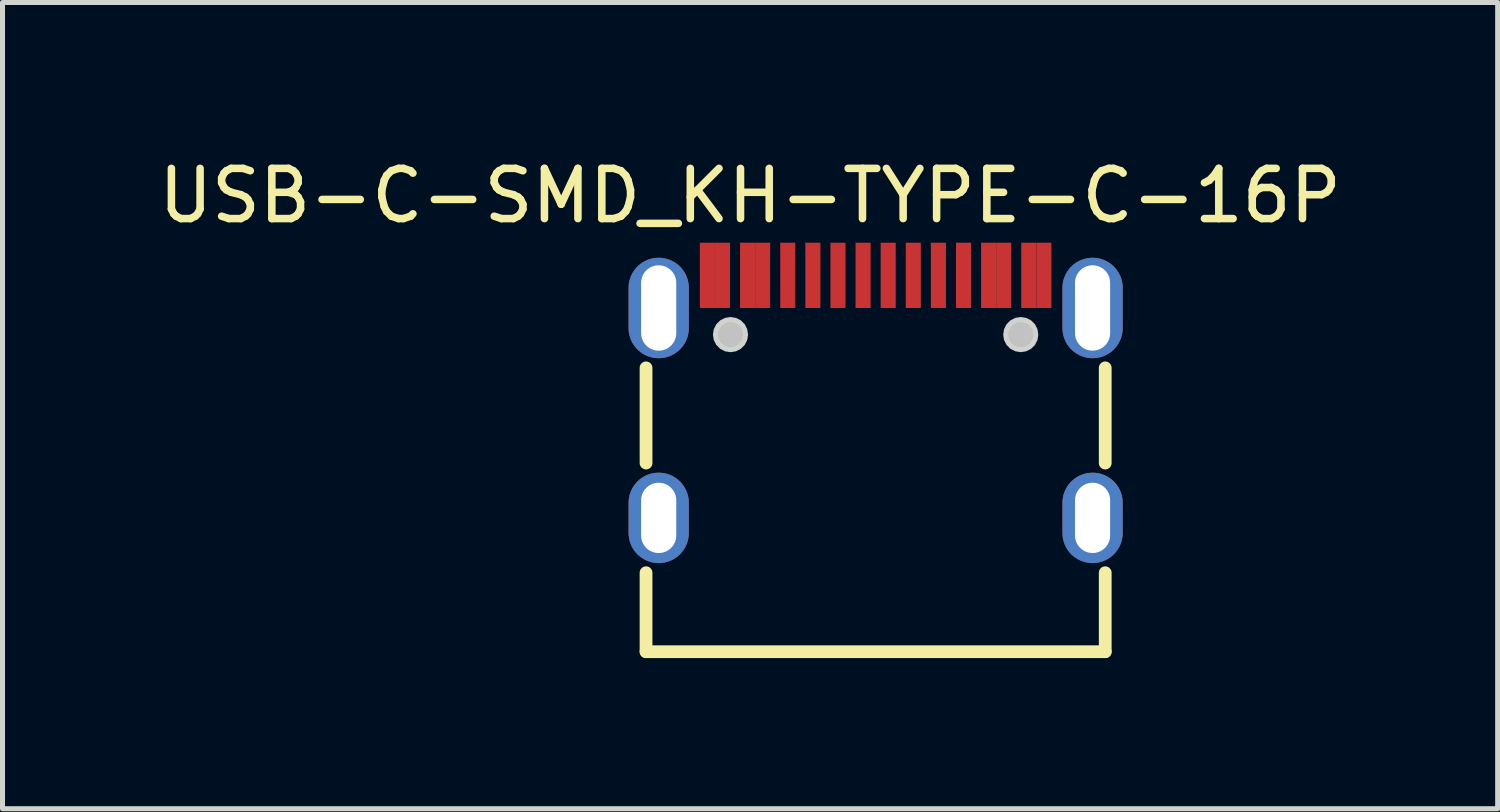
<source format=kicad_pcb>
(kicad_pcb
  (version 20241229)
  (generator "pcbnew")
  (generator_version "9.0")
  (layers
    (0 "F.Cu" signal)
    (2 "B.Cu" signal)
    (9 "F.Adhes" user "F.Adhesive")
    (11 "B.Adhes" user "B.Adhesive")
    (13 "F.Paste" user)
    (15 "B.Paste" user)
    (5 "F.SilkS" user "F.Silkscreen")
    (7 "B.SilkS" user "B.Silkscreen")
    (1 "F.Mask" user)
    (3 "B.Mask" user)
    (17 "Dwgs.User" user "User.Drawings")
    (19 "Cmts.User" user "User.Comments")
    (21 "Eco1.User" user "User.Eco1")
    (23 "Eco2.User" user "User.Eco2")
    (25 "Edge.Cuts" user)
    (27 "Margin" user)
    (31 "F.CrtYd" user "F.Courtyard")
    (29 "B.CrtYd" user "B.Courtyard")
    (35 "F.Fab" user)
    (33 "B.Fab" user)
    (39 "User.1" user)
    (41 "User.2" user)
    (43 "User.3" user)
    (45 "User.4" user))
  (footprint "USB-C-SMD_KH-TYPE-C-16P"
    (layer "F.Cu")
    (at 14.387 4.848)
    (property "Reference" "USB-C-SMD_KH-TYPE-C-16P" (at -2.5 -4 0) (layer "F.SilkS") (effects (font (size 1 1) (thickness 0.15))))
    (fp_line (start -4.572 -0.573) (end -4.572 1.323) (stroke (width 0.254) (type default)) (layer "F.SilkS"))
    (fp_line (start -4.572 3.507) (end -4.572 5.08) (stroke (width 0.254) (type default)) (layer "F.SilkS"))
    (fp_line (start -4.572 5.08) (end 4.572 5.08) (stroke (width 0.254) (type default)) (layer "F.SilkS"))
    (fp_line (start 4.572 1.323) (end 4.572 -0.573) (stroke (width 0.254) (type default)) (layer "F.SilkS"))
    (fp_line (start 4.572 5.08) (end 4.572 3.507) (stroke (width 0.254) (type default)) (layer "F.SilkS"))
    (fp_poly (pts (xy -1.6 -1.765) (xy -1.6 -3.065) (xy -1.9 -3.065) (xy -1.9 -1.765)) (stroke (width 0) (type default)) (fill yes) (layer "F.Paste"))
    (fp_poly (pts (xy -1.4 -3.065) (xy -1.4 -1.765) (xy -1.1 -1.765) (xy -1.1 -3.065)) (stroke (width 0) (type default)) (fill yes) (layer "F.Paste"))
    (fp_poly (pts (xy -0.6 -1.765) (xy -0.6 -3.065) (xy -0.9 -3.065) (xy -0.9 -1.765)) (stroke (width 0) (type default)) (fill yes) (layer "F.Paste"))
    (fp_poly (pts (xy -0.4 -3.065) (xy -0.4 -1.765) (xy -0.1 -1.765) (xy -0.1 -3.065)) (stroke (width 0) (type default)) (fill yes) (layer "F.Paste"))
    (fp_poly (pts (xy 0.4 -1.765) (xy 0.4 -3.065) (xy 0.1 -3.065) (xy 0.1 -1.765)) (stroke (width 0) (type default)) (fill yes) (layer "F.Paste"))
    (fp_poly (pts (xy 0.6 -3.065) (xy 0.6 -1.765) (xy 0.9 -1.765) (xy 0.9 -3.065)) (stroke (width 0) (type default)) (fill yes) (layer "F.Paste"))
    (fp_poly (pts (xy 1.399 -1.765) (xy 1.399 -3.065) (xy 1.099 -3.065) (xy 1.099 -1.765)) (stroke (width 0) (type default)) (fill yes) (layer "F.Paste"))
    (fp_poly (pts (xy 1.9 -1.765) (xy 1.9 -3.065) (xy 1.6 -3.065) (xy 1.6 -1.765)) (stroke (width 0) (type default)) (fill yes) (layer "F.Paste"))
    (fp_poly (pts (xy -3.5 -3.065) (xy -3.5 -1.765) (xy -3.2 -1.765) (xy -2.9 -1.765) (xy -2.9 -3.065) (xy -3.2 -3.065)) (stroke (width 0) (type default)) (fill yes) (layer "F.Paste"))
    (fp_poly (pts (xy -2.1 -1.765) (xy -2.1 -3.065) (xy -2.4 -3.065) (xy -2.7 -3.065) (xy -2.7 -1.765) (xy -2.4 -1.765)) (stroke (width 0) (type default)) (fill yes) (layer "F.Paste"))
    (fp_poly (pts (xy 2.7 -1.765) (xy 2.7 -3.065) (xy 2.4 -3.065) (xy 2.1 -3.065) (xy 2.1 -1.765) (xy 2.4 -1.765)) (stroke (width 0) (type default)) (fill yes) (layer "F.Paste"))
    (fp_poly (pts (xy 3.5 -1.765) (xy 3.5 -3.065) (xy 3.2 -3.065) (xy 2.9 -3.065) (xy 2.9 -1.765) (xy 3.2 -1.765)) (stroke (width 0) (type default)) (fill yes) (layer "F.Paste"))
    (fp_poly (pts (xy -4.275 -2.764) (xy -4.305 -2.765) (xy -4.335 -2.765) (xy -4.365 -2.764) (xy -4.394 -2.76) (xy -4.424 -2.756) (xy -4.454 -2.75) (xy -4.482 -2.743) (xy -4.511 -2.734) (xy -4.539 -2.724) (xy -4.567 -2.712) (xy -4.594 -2.699) (xy -4.62 -2.684) (xy -4.646 -2.669) (xy -4.67 -2.652) (xy -4.694 -2.634) (xy -4.717 -2.615) (xy -4.739 -2.595) (xy -4.76 -2.573) (xy -4.779 -2.55) (xy -4.798 -2.527) (xy -4.816 -2.503) (xy -4.832 -2.478) (xy -4.847 -2.452) (xy -4.861 -2.425) (xy -4.873 -2.398) (xy -4.884 -2.37) (xy -4.894 -2.342) (xy -4.902 -2.313) (xy -4.908 -2.284) (xy -4.913 -2.255) (xy -4.917 -2.225) (xy -4.92 -2.195) (xy -4.92 -2.165) (xy -4.92 -1.365) (xy -4.92 -1.335) (xy -4.917 -1.306) (xy -4.913 -1.276) (xy -4.908 -1.246) (xy -4.902 -1.217) (xy -4.894 -1.188) (xy -4.884 -1.16) (xy -4.873 -1.132) (xy -4.861 -1.105) (xy -4.847 -1.078) (xy -4.832 -1.052) (xy -4.816 -1.027) (xy -4.798 -1.003) (xy -4.779 -0.98) (xy -4.76 -0.957) (xy -4.739 -0.935) (xy -4.717 -0.915) (xy -4.694 -0.896) (xy -4.67 -0.878) (xy -4.646 -0.861) (xy -4.62 -0.846) (xy -4.594 -0.831) (xy -4.567 -0.818) (xy -4.539 -0.806) (xy -4.511 -0.796) (xy -4.482 -0.787) (xy -4.454 -0.78) (xy -4.424 -0.774) (xy -4.394 -0.769) (xy -4.365 -0.766) (xy -4.335 -0.765) (xy -4.305 -0.765) (xy -4.275 -0.766) (xy -4.245 -0.769) (xy -4.216 -0.774) (xy -4.186 -0.78) (xy -4.157 -0.787) (xy -4.129 -0.796) (xy -4.101 -0.806) (xy -4.074 -0.818) (xy -4.046 -0.831) (xy -4.02 -0.846) (xy -3.994 -0.861) (xy -3.97 -0.878) (xy -3.946 -0.896) (xy -3.923 -0.915) (xy -3.901 -0.935) (xy -3.88 -0.957) (xy -3.861 -0.98) (xy -3.842 -1.003) (xy -3.825 -1.027) (xy -3.808 -1.052) (xy -3.793 -1.078) (xy -3.78 -1.105) (xy -3.767 -1.132) (xy -3.756 -1.16) (xy -3.747 -1.188) (xy -3.739 -1.217) (xy -3.732 -1.246) (xy -3.727 -1.276) (xy -3.723 -1.306) (xy -3.721 -1.335) (xy -3.72 -1.365) (xy -3.72 -2.165) (xy -3.721 -2.195) (xy -3.723 -2.225) (xy -3.727 -2.255) (xy -3.732 -2.284) (xy -3.739 -2.313) (xy -3.747 -2.342) (xy -3.756 -2.37) (xy -3.767 -2.398) (xy -3.78 -2.425) (xy -3.793 -2.452) (xy -3.808 -2.478) (xy -3.825 -2.503) (xy -3.842 -2.527) (xy -3.861 -2.55) (xy -3.88 -2.573) (xy -3.901 -2.595) (xy -3.923 -2.615) (xy -3.946 -2.634) (xy -3.97 -2.652) (xy -3.994 -2.669) (xy -4.02 -2.684) (xy -4.046 -2.699) (xy -4.074 -2.712) (xy -4.101 -2.724) (xy -4.129 -2.734) (xy -4.157 -2.743) (xy -4.186 -2.75) (xy -4.216 -2.756) (xy -4.245 -2.76)) (stroke (width 0) (type default)) (fill yes) (layer "F.Paste"))
    (fp_poly (pts (xy -4.275 1.516) (xy -4.305 1.515) (xy -4.335 1.515) (xy -4.365 1.516) (xy -4.394 1.52) (xy -4.424 1.524) (xy -4.454 1.53) (xy -4.482 1.538) (xy -4.511 1.546) (xy -4.539 1.556) (xy -4.567 1.568) (xy -4.594 1.581) (xy -4.62 1.595) (xy -4.646 1.611) (xy -4.67 1.628) (xy -4.694 1.646) (xy -4.717 1.665) (xy -4.739 1.685) (xy -4.76 1.707) (xy -4.779 1.73) (xy -4.798 1.753) (xy -4.816 1.777) (xy -4.832 1.802) (xy -4.847 1.828) (xy -4.861 1.855) (xy -4.873 1.882) (xy -4.884 1.91) (xy -4.894 1.938) (xy -4.902 1.967) (xy -4.908 1.996) (xy -4.913 2.026) (xy -4.917 2.055) (xy -4.92 2.085) (xy -4.92 2.115) (xy -4.92 2.715) (xy -4.92 2.745) (xy -4.917 2.775) (xy -4.913 2.804) (xy -4.908 2.834) (xy -4.902 2.863) (xy -4.894 2.892) (xy -4.884 2.92) (xy -4.873 2.948) (xy -4.861 2.975) (xy -4.847 3.002) (xy -4.832 3.028) (xy -4.816 3.053) (xy -4.798 3.078) (xy -4.779 3.1) (xy -4.76 3.123) (xy -4.739 3.144) (xy -4.717 3.165) (xy -4.694 3.184) (xy -4.67 3.202) (xy -4.646 3.219) (xy -4.62 3.235) (xy -4.594 3.249) (xy -4.567 3.262) (xy -4.539 3.273) (xy -4.511 3.284) (xy -4.482 3.292) (xy -4.454 3.3) (xy -4.424 3.306) (xy -4.394 3.311) (xy -4.365 3.313) (xy -4.335 3.315) (xy -4.305 3.315) (xy -4.275 3.313) (xy -4.245 3.311) (xy -4.216 3.306) (xy -4.186 3.3) (xy -4.157 3.292) (xy -4.129 3.284) (xy -4.101 3.273) (xy -4.074 3.262) (xy -4.046 3.249) (xy -4.02 3.235) (xy -3.994 3.219) (xy -3.97 3.202) (xy -3.946 3.184) (xy -3.923 3.165) (xy -3.901 3.144) (xy -3.88 3.123) (xy -3.861 3.1) (xy -3.842 3.078) (xy -3.825 3.053) (xy -3.808 3.028) (xy -3.793 3.002) (xy -3.78 2.975) (xy -3.767 2.948) (xy -3.756 2.92) (xy -3.747 2.892) (xy -3.739 2.863) (xy -3.732 2.834) (xy -3.727 2.804) (xy -3.723 2.775) (xy -3.721 2.745) (xy -3.72 2.715) (xy -3.72 2.115) (xy -3.721 2.085) (xy -3.723 2.055) (xy -3.727 2.026) (xy -3.732 1.996) (xy -3.739 1.967) (xy -3.747 1.938) (xy -3.756 1.91) (xy -3.767 1.882) (xy -3.78 1.855) (xy -3.793 1.828) (xy -3.808 1.802) (xy -3.825 1.777) (xy -3.842 1.753) (xy -3.861 1.73) (xy -3.88 1.707) (xy -3.901 1.685) (xy -3.923 1.665) (xy -3.946 1.646) (xy -3.97 1.628) (xy -3.994 1.611) (xy -4.02 1.595) (xy -4.046 1.581) (xy -4.074 1.568) (xy -4.101 1.556) (xy -4.129 1.546) (xy -4.157 1.538) (xy -4.186 1.53) (xy -4.216 1.524) (xy -4.245 1.52)) (stroke (width 0) (type default)) (fill yes) (layer "F.Paste"))
    (fp_poly (pts (xy 4.365 -2.764) (xy 4.335 -2.765) (xy 4.305 -2.765) (xy 4.275 -2.764) (xy 4.245 -2.76) (xy 4.216 -2.756) (xy 4.186 -2.75) (xy 4.157 -2.743) (xy 4.129 -2.734) (xy 4.101 -2.724) (xy 4.074 -2.712) (xy 4.046 -2.699) (xy 4.02 -2.684) (xy 3.994 -2.669) (xy 3.97 -2.652) (xy 3.946 -2.634) (xy 3.923 -2.615) (xy 3.901 -2.595) (xy 3.88 -2.573) (xy 3.861 -2.55) (xy 3.842 -2.527) (xy 3.825 -2.503) (xy 3.808 -2.478) (xy 3.793 -2.452) (xy 3.78 -2.425) (xy 3.767 -2.398) (xy 3.756 -2.37) (xy 3.747 -2.342) (xy 3.739 -2.313) (xy 3.732 -2.284) (xy 3.727 -2.255) (xy 3.723 -2.225) (xy 3.721 -2.195) (xy 3.72 -2.165) (xy 3.72 -1.365) (xy 3.721 -1.335) (xy 3.723 -1.306) (xy 3.727 -1.276) (xy 3.732 -1.246) (xy 3.739 -1.217) (xy 3.747 -1.188) (xy 3.756 -1.16) (xy 3.767 -1.132) (xy 3.78 -1.105) (xy 3.793 -1.078) (xy 3.808 -1.052) (xy 3.825 -1.027) (xy 3.842 -1.003) (xy 3.861 -0.98) (xy 3.88 -0.957) (xy 3.901 -0.935) (xy 3.923 -0.915) (xy 3.946 -0.896) (xy 3.97 -0.878) (xy 3.994 -0.861) (xy 4.02 -0.846) (xy 4.046 -0.831) (xy 4.074 -0.818) (xy 4.101 -0.806) (xy 4.129 -0.796) (xy 4.157 -0.787) (xy 4.186 -0.78) (xy 4.216 -0.774) (xy 4.245 -0.769) (xy 4.275 -0.766) (xy 4.305 -0.765) (xy 4.335 -0.765) (xy 4.365 -0.766) (xy 4.394 -0.769) (xy 4.424 -0.774) (xy 4.454 -0.78) (xy 4.482 -0.787) (xy 4.511 -0.796) (xy 4.539 -0.806) (xy 4.567 -0.818) (xy 4.594 -0.831) (xy 4.62 -0.846) (xy 4.646 -0.861) (xy 4.67 -0.878) (xy 4.694 -0.896) (xy 4.717 -0.915) (xy 4.739 -0.935) (xy 4.76 -0.957) (xy 4.779 -0.98) (xy 4.798 -1.003) (xy 4.816 -1.027) (xy 4.832 -1.052) (xy 4.847 -1.078) (xy 4.861 -1.105) (xy 4.873 -1.132) (xy 4.884 -1.16) (xy 4.894 -1.188) (xy 4.902 -1.217) (xy 4.908 -1.246) (xy 4.913 -1.276) (xy 4.917 -1.306) (xy 4.92 -1.335) (xy 4.92 -1.365) (xy 4.92 -2.165) (xy 4.92 -2.195) (xy 4.917 -2.225) (xy 4.913 -2.255) (xy 4.908 -2.284) (xy 4.902 -2.313) (xy 4.894 -2.342) (xy 4.884 -2.37) (xy 4.873 -2.398) (xy 4.861 -2.425) (xy 4.847 -2.452) (xy 4.832 -2.478) (xy 4.816 -2.503) (xy 4.798 -2.527) (xy 4.779 -2.55) (xy 4.76 -2.573) (xy 4.739 -2.595) (xy 4.717 -2.615) (xy 4.694 -2.634) (xy 4.67 -2.652) (xy 4.646 -2.669) (xy 4.62 -2.684) (xy 4.594 -2.699) (xy 4.567 -2.712) (xy 4.539 -2.724) (xy 4.511 -2.734) (xy 4.482 -2.743) (xy 4.454 -2.75) (xy 4.424 -2.756) (xy 4.394 -2.76)) (stroke (width 0) (type default)) (fill yes) (layer "F.Paste"))
    (fp_poly (pts (xy 4.365 1.516) (xy 4.335 1.515) (xy 4.305 1.515) (xy 4.275 1.516) (xy 4.245 1.52) (xy 4.216 1.524) (xy 4.186 1.53) (xy 4.157 1.538) (xy 4.129 1.546) (xy 4.101 1.556) (xy 4.074 1.568) (xy 4.046 1.581) (xy 4.02 1.595) (xy 3.994 1.611) (xy 3.97 1.628) (xy 3.946 1.646) (xy 3.923 1.665) (xy 3.901 1.685) (xy 3.88 1.707) (xy 3.861 1.73) (xy 3.842 1.753) (xy 3.825 1.777) (xy 3.808 1.802) (xy 3.793 1.828) (xy 3.78 1.855) (xy 3.767 1.882) (xy 3.756 1.91) (xy 3.747 1.938) (xy 3.739 1.967) (xy 3.732 1.996) (xy 3.727 2.026) (xy 3.723 2.055) (xy 3.721 2.085) (xy 3.72 2.115) (xy 3.72 2.715) (xy 3.721 2.745) (xy 3.723 2.775) (xy 3.727 2.804) (xy 3.732 2.834) (xy 3.739 2.863) (xy 3.747 2.892) (xy 3.756 2.92) (xy 3.767 2.948) (xy 3.78 2.975) (xy 3.793 3.002) (xy 3.808 3.028) (xy 3.825 3.053) (xy 3.842 3.078) (xy 3.861 3.1) (xy 3.88 3.123) (xy 3.901 3.144) (xy 3.923 3.165) (xy 3.946 3.184) (xy 3.97 3.202) (xy 3.994 3.219) (xy 4.02 3.235) (xy 4.046 3.249) (xy 4.074 3.262) (xy 4.101 3.273) (xy 4.129 3.284) (xy 4.157 3.292) (xy 4.186 3.3) (xy 4.216 3.306) (xy 4.245 3.311) (xy 4.275 3.313) (xy 4.305 3.315) (xy 4.335 3.315) (xy 4.365 3.313) (xy 4.394 3.311) (xy 4.424 3.306) (xy 4.454 3.3) (xy 4.482 3.292) (xy 4.511 3.284) (xy 4.539 3.273) (xy 4.567 3.262) (xy 4.594 3.249) (xy 4.62 3.235) (xy 4.646 3.219) (xy 4.67 3.202) (xy 4.694 3.184) (xy 4.717 3.165) (xy 4.739 3.144) (xy 4.76 3.123) (xy 4.779 3.1) (xy 4.798 3.078) (xy 4.816 3.053) (xy 4.832 3.028) (xy 4.847 3.002) (xy 4.861 2.975) (xy 4.873 2.948) (xy 4.884 2.92) (xy 4.894 2.892) (xy 4.902 2.863) (xy 4.908 2.834) (xy 4.913 2.804) (xy 4.917 2.775) (xy 4.92 2.745) (xy 4.92 2.715) (xy 4.92 2.115) (xy 4.92 2.085) (xy 4.917 2.055) (xy 4.913 2.026) (xy 4.908 1.996) (xy 4.902 1.967) (xy 4.894 1.938) (xy 4.884 1.91) (xy 4.873 1.882) (xy 4.861 1.855) (xy 4.847 1.828) (xy 4.832 1.802) (xy 4.816 1.777) (xy 4.798 1.753) (xy 4.779 1.73) (xy 4.76 1.707) (xy 4.739 1.685) (xy 4.717 1.665) (xy 4.694 1.646) (xy 4.67 1.628) (xy 4.646 1.611) (xy 4.62 1.595) (xy 4.594 1.581) (xy 4.567 1.568) (xy 4.539 1.556) (xy 4.511 1.546) (xy 4.482 1.538) (xy 4.454 1.53) (xy 4.424 1.524) (xy 4.394 1.52)) (stroke (width 0) (type default)) (fill yes) (layer "F.Paste"))
    (fp_circle (center -2.89 -1.235) (end -2.765 -1.235) (stroke (width 0.25) (type default)) (fill no) (layer "Dwgs.User"))
    (fp_circle (center 2.89 -1.235) (end 3.015 -1.235) (stroke (width 0.25) (type default)) (fill no) (layer "Dwgs.User"))
    (fp_poly (pts (xy -2.54 -1.235) (xy -2.557 -1.343) (xy -2.607 -1.441) (xy -2.684 -1.518) (xy -2.782 -1.568) (xy -2.89 -1.585) (xy -2.998 -1.568) (xy -3.096 -1.518) (xy -3.173 -1.441) (xy -3.223 -1.343) (xy -3.24 -1.235) (xy -3.223 -1.127) (xy -3.173 -1.029) (xy -3.096 -0.952) (xy -2.998 -0.902) (xy -2.89 -0.885) (xy -2.782 -0.902) (xy -2.684 -0.952) (xy -2.607 -1.029) (xy -2.557 -1.127)) (stroke (width 0) (type default)) (fill yes) (layer "Edge.Cuts"))
    (fp_poly (pts (xy 3.24 -1.235) (xy 3.223 -1.343) (xy 3.173 -1.441) (xy 3.096 -1.518) (xy 2.998 -1.568) (xy 2.89 -1.585) (xy 2.782 -1.568) (xy 2.684 -1.518) (xy 2.607 -1.441) (xy 2.557 -1.343) (xy 2.54 -1.235) (xy 2.557 -1.127) (xy 2.607 -1.029) (xy 2.684 -0.952) (xy 2.782 -0.902) (xy 2.89 -0.885) (xy 2.998 -0.902) (xy 3.096 -0.952) (xy 3.173 -1.029) (xy 3.223 -1.127)) (stroke (width 0) (type default)) (fill yes) (layer "Edge.Cuts"))
    (fp_poly (pts (xy -4.47 -2.315) (xy -4.17 -2.315) (xy -4.17 -1.215) (xy -4.47 -1.215)) (stroke (width 0.1) (type default)) (fill no) (layer "User.1"))
    (fp_poly (pts (xy -4.47 2.015) (xy -4.17 2.015) (xy -4.17 2.815) (xy -4.47 2.815)) (stroke (width 0.1) (type default)) (fill no) (layer "User.1"))
    (fp_poly (pts (xy -3.4 -2.76) (xy -3.2 -2.76) (xy -3.2 -1.76) (xy -3.4 -1.76)) (stroke (width 0.1) (type default)) (fill no) (layer "User.1"))
    (fp_poly (pts (xy -3.2 -2.76) (xy -3 -2.76) (xy -3 -1.76) (xy -3.2 -1.76)) (stroke (width 0.1) (type default)) (fill no) (layer "User.1"))
    (fp_poly (pts (xy -2.6 -2.76) (xy -2.4 -2.76) (xy -2.4 -1.76) (xy -2.6 -1.76)) (stroke (width 0.1) (type default)) (fill no) (layer "User.1"))
    (fp_poly (pts (xy -2.4 -2.76) (xy -2.2 -2.76) (xy -2.2 -1.76) (xy -2.4 -1.76)) (stroke (width 0.1) (type default)) (fill no) (layer "User.1"))
    (fp_poly (pts (xy -1.85 -2.76) (xy -1.65 -2.76) (xy -1.65 -1.76) (xy -1.85 -1.76)) (stroke (width 0.1) (type default)) (fill no) (layer "User.1"))
    (fp_poly (pts (xy -1.35 -2.76) (xy -1.15 -2.76) (xy -1.15 -1.76) (xy -1.35 -1.76)) (stroke (width 0.1) (type default)) (fill no) (layer "User.1"))
    (fp_poly (pts (xy -0.85 -2.76) (xy -0.65 -2.76) (xy -0.65 -1.76) (xy -0.85 -1.76)) (stroke (width 0.1) (type default)) (fill no) (layer "User.1"))
    (fp_poly (pts (xy -0.35 -2.76) (xy -0.15 -2.76) (xy -0.15 -1.76) (xy -0.35 -1.76)) (stroke (width 0.1) (type default)) (fill no) (layer "User.1"))
    (fp_poly (pts (xy 0.15 -2.76) (xy 0.35 -2.76) (xy 0.35 -1.76) (xy 0.15 -1.76)) (stroke (width 0.1) (type default)) (fill no) (layer "User.1"))
    (fp_poly (pts (xy 0.65 -2.76) (xy 0.85 -2.76) (xy 0.85 -1.76) (xy 0.65 -1.76)) (stroke (width 0.1) (type default)) (fill no) (layer "User.1"))
    (fp_poly (pts (xy 1.149 -2.76) (xy 1.349 -2.76) (xy 1.349 -1.76) (xy 1.149 -1.76)) (stroke (width 0.1) (type default)) (fill no) (layer "User.1"))
    (fp_poly (pts (xy 1.65 -2.76) (xy 1.85 -2.76) (xy 1.85 -1.76) (xy 1.65 -1.76)) (stroke (width 0.1) (type default)) (fill no) (layer "User.1"))
    (fp_poly (pts (xy 2.2 -2.76) (xy 2.4 -2.76) (xy 2.4 -1.76) (xy 2.2 -1.76)) (stroke (width 0.1) (type default)) (fill no) (layer "User.1"))
    (fp_poly (pts (xy 2.4 -2.76) (xy 2.6 -2.76) (xy 2.6 -1.76) (xy 2.4 -1.76)) (stroke (width 0.1) (type default)) (fill no) (layer "User.1"))
    (fp_poly (pts (xy 3 -2.76) (xy 3.2 -2.76) (xy 3.2 -1.76) (xy 3 -1.76)) (stroke (width 0.1) (type default)) (fill no) (layer "User.1"))
    (fp_poly (pts (xy 3.2 -2.76) (xy 3.4 -2.76) (xy 3.4 -1.76) (xy 3.2 -1.76)) (stroke (width 0.1) (type default)) (fill no) (layer "User.1"))
    (fp_poly (pts (xy 4.17 -2.315) (xy 4.47 -2.315) (xy 4.47 -1.215) (xy 4.17 -1.215)) (stroke (width 0.1) (type default)) (fill no) (layer "User.1"))
    (fp_poly (pts (xy 4.17 2.015) (xy 4.47 2.015) (xy 4.47 2.815) (xy 4.17 2.815)) (stroke (width 0.1) (type default)) (fill no) (layer "User.1"))
    (fp_line (start -4.47 -2.47) (end 4.47 -2.47) (stroke (width 0.051) (type default)) (layer "User.2"))
    (fp_line (start -4.47 5.08) (end -4.47 -2.47) (stroke (width 0.051) (type default)) (layer "User.2"))
    (fp_line (start 4.47 -2.47) (end 4.47 5.08) (stroke (width 0.051) (type default)) (layer "User.2"))
    (fp_line (start 4.47 5.08) (end -4.47 5.08) (stroke (width 0.051) (type default)) (layer "User.2"))
    (fp_poly (pts (xy -4.41 -2.76) (xy -4.428 -2.802) (xy -4.47 -2.82) (xy -4.512 -2.802) (xy -4.53 -2.76) (xy -4.512 -2.718) (xy -4.47 -2.7) (xy -4.428 -2.718)) (stroke (width 0.1) (type default)) (fill no) (layer "User.3"))
    (pad "1" thru_hole oval (at -4.32 -1.765) (size 1.2 2) (drill oval 0.7 1.7) (layers "*.Cu" "*.Mask"))
    (pad "2" thru_hole oval (at 4.32 -1.765) (size 1.2 2) (drill oval 0.7 1.7) (layers "*.Cu" "*.Mask"))
    (pad "3" thru_hole oval (at -4.32 2.415) (size 1.2 1.8) (drill oval 0.7 1.4) (layers "*.Cu" "*.Mask"))
    (pad "4" thru_hole oval (at 4.32 2.415) (size 1.2 1.8) (drill oval 0.7 1.4) (layers "*.Cu" "*.Mask"))
    (pad "A1" smd rect (at -3.35 -2.415) (size 0.3 1.3) (layers "F.Cu" "F.Mask" "F.Paste"))
    (pad "A4" smd rect (at -2.55 -2.415) (size 0.3 1.3) (layers "F.Cu" "F.Mask" "F.Paste"))
    (pad "A5" smd rect (at -1.25 -2.415) (size 0.3 1.3) (layers "F.Cu" "F.Mask" "F.Paste"))
    (pad "A6" smd rect (at -0.25 -2.415) (size 0.3 1.3) (layers "F.Cu" "F.Mask" "F.Paste"))
    (pad "A7" smd rect (at 0.25 -2.415) (size 0.3 1.3) (layers "F.Cu" "F.Mask" "F.Paste"))
    (pad "A8" smd rect (at 1.25 -2.415) (size 0.3 1.3) (layers "F.Cu" "F.Mask" "F.Paste"))
    (pad "A9" smd rect (at 2.55 -2.415) (size 0.3 1.3) (layers "F.Cu" "F.Mask" "F.Paste"))
    (pad "A12" smd rect (at 3.35 -2.415) (size 0.3 1.3) (layers "F.Cu" "F.Mask" "F.Paste"))
    (pad "B1" smd rect (at 3.05 -2.415) (size 0.3 1.3) (layers "F.Cu" "F.Mask" "F.Paste"))
    (pad "B4" smd rect (at 2.25 -2.415) (size 0.3 1.3) (layers "F.Cu" "F.Mask" "F.Paste"))
    (pad "B5" smd rect (at 1.75 -2.415) (size 0.3 1.3) (layers "F.Cu" "F.Mask" "F.Paste"))
    (pad "B6" smd rect (at 0.75 -2.415) (size 0.3 1.3) (layers "F.Cu" "F.Mask" "F.Paste"))
    (pad "B7" smd rect (at -0.75 -2.415) (size 0.3 1.3) (layers "F.Cu" "F.Mask" "F.Paste"))
    (pad "B8" smd rect (at -1.75 -2.415) (size 0.3 1.3) (layers "F.Cu" "F.Mask" "F.Paste"))
    (pad "B9" smd rect (at -2.25 -2.415) (size 0.3 1.3) (layers "F.Cu" "F.Mask" "F.Paste"))
    (pad "B12" smd rect (at -3.05 -2.415) (size 0.3 1.3) (layers "F.Cu" "F.Mask" "F.Paste")))
  (gr_rect
    (start -3 -3)
    (end 26.774 13.055)
    (stroke (width 0.1) (type default))
    (fill no)
    (layer "Edge.Cuts")))
</source>
